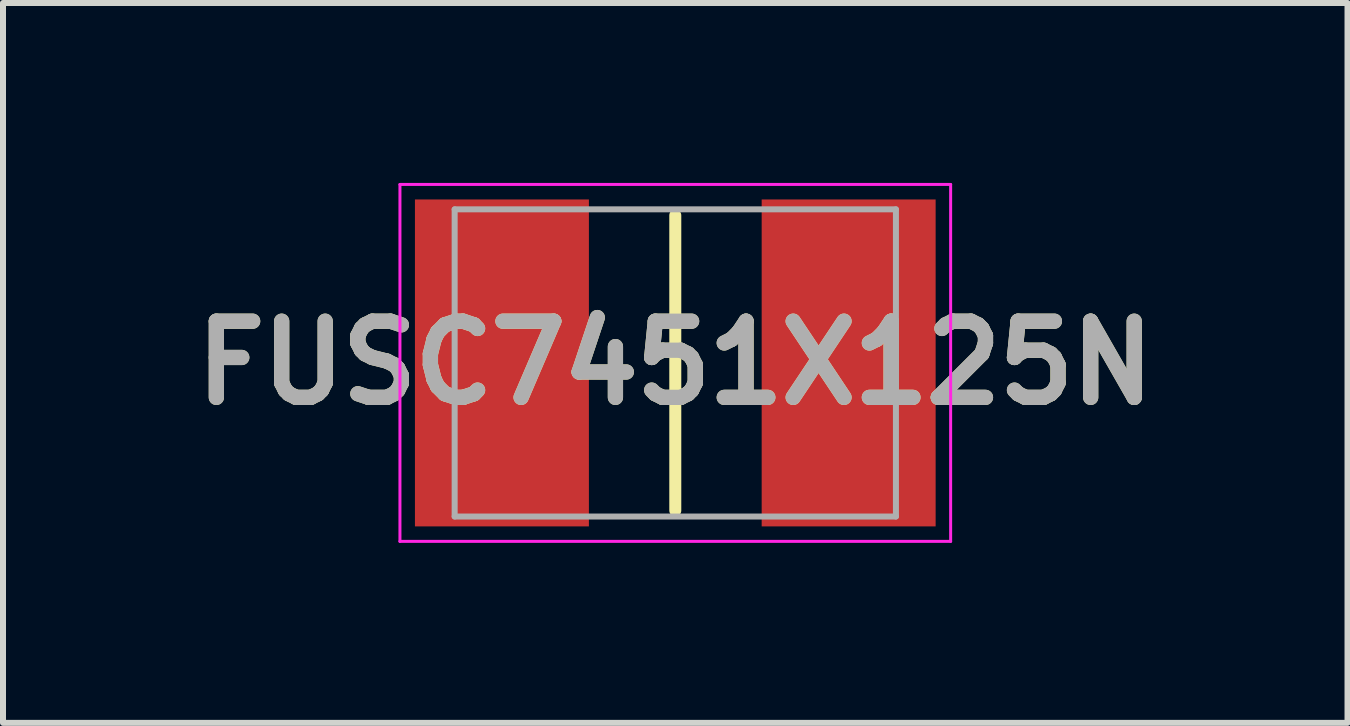
<source format=kicad_pcb>
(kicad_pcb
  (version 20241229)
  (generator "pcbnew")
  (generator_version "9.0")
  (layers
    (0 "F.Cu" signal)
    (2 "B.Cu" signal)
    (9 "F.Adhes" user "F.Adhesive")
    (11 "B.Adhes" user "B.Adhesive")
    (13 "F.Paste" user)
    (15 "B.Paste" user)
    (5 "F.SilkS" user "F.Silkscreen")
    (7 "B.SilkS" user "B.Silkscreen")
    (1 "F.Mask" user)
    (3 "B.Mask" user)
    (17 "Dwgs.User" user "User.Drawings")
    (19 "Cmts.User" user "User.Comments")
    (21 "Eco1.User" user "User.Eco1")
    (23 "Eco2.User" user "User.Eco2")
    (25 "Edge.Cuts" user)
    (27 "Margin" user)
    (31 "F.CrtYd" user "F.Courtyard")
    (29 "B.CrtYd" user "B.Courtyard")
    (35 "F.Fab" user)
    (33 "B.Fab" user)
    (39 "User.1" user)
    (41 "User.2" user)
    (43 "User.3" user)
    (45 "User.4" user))
  (footprint "FUSC7451X125N"
    (layer "F.Cu")
    (at 8.207 3)
    (property "Reference" "FUSC7451X125N" (at 0 0 0) (layer "F.SilkS") (effects (font (size 1.27 1.27) (thickness 0.254))))
    (attr smd)
    (fp_line (start 0 -2.46) (end 0 2.46) (stroke (width 0.2) (type solid)) (layer "F.SilkS"))
    (fp_line (start -4.59 -2.975) (end 4.59 -2.975) (stroke (width 0.05) (type solid)) (layer "F.CrtYd"))
    (fp_line (start -4.59 2.975) (end -4.59 -2.975) (stroke (width 0.05) (type solid)) (layer "F.CrtYd"))
    (fp_line (start 4.59 -2.975) (end 4.59 2.975) (stroke (width 0.05) (type solid)) (layer "F.CrtYd"))
    (fp_line (start 4.59 2.975) (end -4.59 2.975) (stroke (width 0.05) (type solid)) (layer "F.CrtYd"))
    (fp_line (start -3.678 -2.56) (end 3.678 -2.56) (stroke (width 0.1) (type solid)) (layer "F.Fab"))
    (fp_line (start -3.678 2.56) (end -3.678 -2.56) (stroke (width 0.1) (type solid)) (layer "F.Fab"))
    (fp_line (start 3.678 -2.56) (end 3.678 2.56) (stroke (width 0.1) (type solid)) (layer "F.Fab"))
    (fp_line (start 3.678 2.56) (end -3.678 2.56) (stroke (width 0.1) (type solid)) (layer "F.Fab"))
    (fp_text user "${REFERENCE}" (at 0 0 0) (layer "F.Fab") (effects (font (size 1.27 1.27) (thickness 0.254))))
    (pad "1" smd rect (at -2.89 0) (size 2.9 5.45) (layers "F.Cu" "F.Mask" "F.Paste"))
    (pad "2" smd rect (at 2.89 0) (size 2.9 5.45) (layers "F.Cu" "F.Mask" "F.Paste")))
  (gr_rect
    (start -3 -3)
    (end 19.413 9)
    (stroke (width 0.1) (type default))
    (fill no)
    (layer "Edge.Cuts")))
</source>
